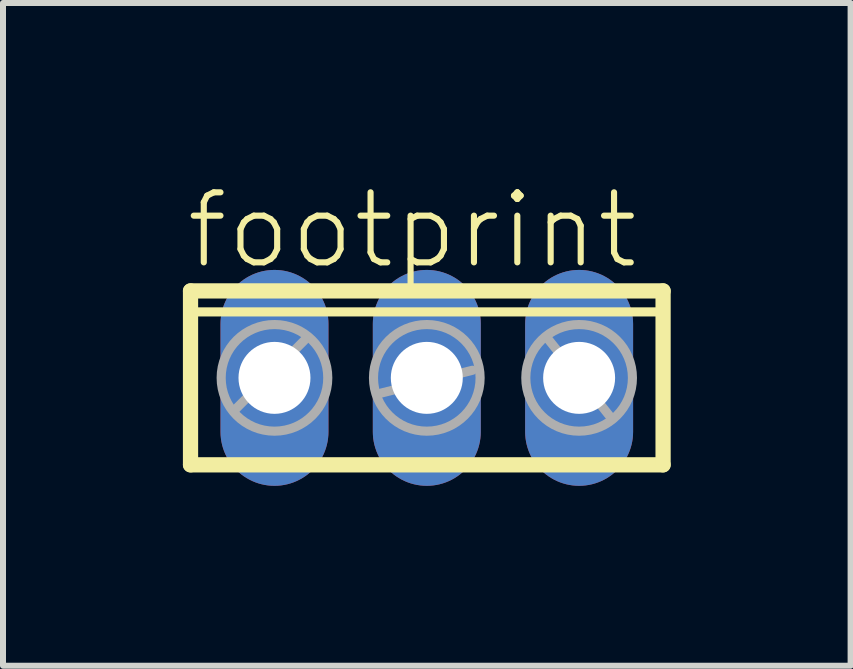
<source format=kicad_pcb>
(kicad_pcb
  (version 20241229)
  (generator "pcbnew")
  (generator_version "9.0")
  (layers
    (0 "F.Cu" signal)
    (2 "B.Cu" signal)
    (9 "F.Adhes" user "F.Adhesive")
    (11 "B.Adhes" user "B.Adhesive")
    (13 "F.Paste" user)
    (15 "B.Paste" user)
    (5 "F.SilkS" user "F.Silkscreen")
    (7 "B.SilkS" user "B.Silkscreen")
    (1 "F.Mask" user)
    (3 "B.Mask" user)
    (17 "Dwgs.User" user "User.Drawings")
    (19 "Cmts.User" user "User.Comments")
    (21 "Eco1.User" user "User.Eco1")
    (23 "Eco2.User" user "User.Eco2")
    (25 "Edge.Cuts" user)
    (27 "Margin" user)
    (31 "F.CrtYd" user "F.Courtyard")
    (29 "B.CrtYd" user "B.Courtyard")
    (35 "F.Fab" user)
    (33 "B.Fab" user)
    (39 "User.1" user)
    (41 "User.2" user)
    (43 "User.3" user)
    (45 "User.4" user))
  (footprint "footprint"
    (layer "F.Cu")
    (at 4.067 3.251)
    (property "Reference" "footprint" (at -4.064 -1.778 0) (layer "F.SilkS") (effects (font (size 1.168 1.168) (thickness 0.102)) (justify left bottom)))
    (fp_line (start -3.94 -1.45) (end -3.94 1.45) (stroke (width 0.254) (type solid)) (layer "F.SilkS"))
    (fp_line (start -3.94 1.45) (end 3.94 1.45) (stroke (width 0.254) (type solid)) (layer "F.SilkS"))
    (fp_line (start -3.83 -1.1) (end 3.83 -1.1) (stroke (width 0.152) (type solid)) (layer "F.SilkS"))
    (fp_line (start 3.94 -1.45) (end -3.94 -1.45) (stroke (width 0.254) (type solid)) (layer "F.SilkS"))
    (fp_line (start 3.94 1.45) (end 3.94 -1.45) (stroke (width 0.254) (type solid)) (layer "F.SilkS"))
    (fp_line (start -3.175 0.508) (end -2.032 -0.635) (stroke (width 0.152) (type solid)) (layer "F.Fab"))
    (fp_line (start -0.762 0.254) (end 0.762 -0.127) (stroke (width 0.152) (type solid)) (layer "F.Fab"))
    (fp_line (start 2.032 -0.635) (end 3.048 0.635) (stroke (width 0.152) (type solid)) (layer "F.Fab"))
    (fp_circle (center -2.54 0) (end -1.651 0) (stroke (width 0.152) (type solid)) (fill no) (layer "F.Fab"))
    (fp_circle (center 0 0) (end 0.889 0) (stroke (width 0.152) (type solid)) (fill no) (layer "F.Fab"))
    (fp_circle (center 2.54 0) (end 3.429 0) (stroke (width 0.152) (type solid)) (fill no) (layer "F.Fab"))
    (pad "1" thru_hole oval (at -2.54 0 90) (size 3.6 1.8) (drill 1.2) (layers "*.Cu" "*.Mask"))
    (pad "2" thru_hole oval (at 0 0 90) (size 3.6 1.8) (drill 1.2) (layers "*.Cu" "*.Mask"))
    (pad "3" thru_hole oval (at 2.54 0 90) (size 3.6 1.8) (drill 1.2) (layers "*.Cu" "*.Mask")))
  (gr_rect
    (start -3 -3)
    (end 11.134 8.051)
    (stroke (width 0.1) (type default))
    (fill no)
    (layer "Edge.Cuts")))
</source>
